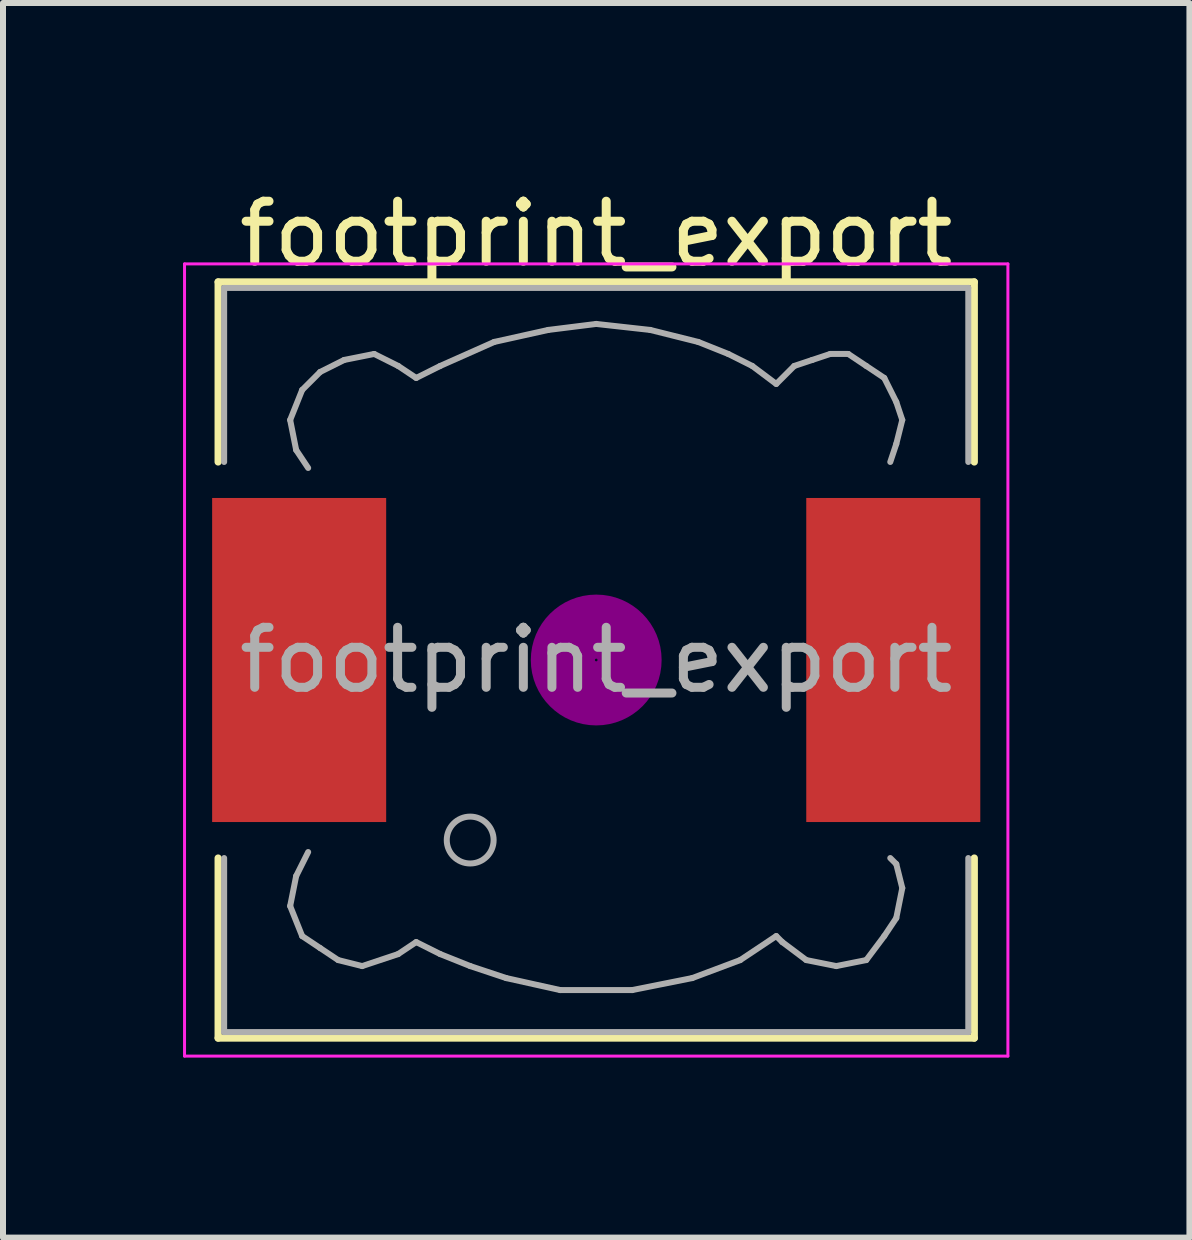
<source format=kicad_pcb>
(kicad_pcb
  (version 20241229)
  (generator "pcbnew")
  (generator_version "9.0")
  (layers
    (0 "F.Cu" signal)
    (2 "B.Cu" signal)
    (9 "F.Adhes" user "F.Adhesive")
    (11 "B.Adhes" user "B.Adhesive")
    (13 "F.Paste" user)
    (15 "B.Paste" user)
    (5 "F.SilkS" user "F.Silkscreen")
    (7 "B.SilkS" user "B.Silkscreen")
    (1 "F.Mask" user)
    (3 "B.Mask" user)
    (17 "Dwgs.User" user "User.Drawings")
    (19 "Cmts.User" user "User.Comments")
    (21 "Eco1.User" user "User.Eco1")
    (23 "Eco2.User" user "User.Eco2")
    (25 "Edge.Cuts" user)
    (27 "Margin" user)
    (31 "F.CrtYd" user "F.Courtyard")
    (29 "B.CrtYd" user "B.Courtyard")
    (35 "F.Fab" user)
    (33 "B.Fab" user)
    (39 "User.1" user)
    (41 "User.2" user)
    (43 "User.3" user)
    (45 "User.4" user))
  (footprint "footprint_export"
    (layer "F.Cu")
    (at 6.885 7.948)
    (property "Reference" "footprint_export" (at 0 -7.1 0) (layer "F.SilkS") (effects (font (size 1 1) (thickness 0.15))))
    (attr smd)
    (fp_line (start -6.3 -6.3) (end 6.3 -6.3) (stroke (width 0.12) (type solid)) (layer "F.SilkS"))
    (fp_line (start -6.3 -3.3) (end -6.3 -6.3) (stroke (width 0.12) (type solid)) (layer "F.SilkS"))
    (fp_line (start -6.3 6.3) (end -6.3 3.3) (stroke (width 0.12) (type solid)) (layer "F.SilkS"))
    (fp_line (start 6.3 -6.3) (end 6.3 -3.3) (stroke (width 0.12) (type solid)) (layer "F.SilkS"))
    (fp_line (start 6.3 3.3) (end 6.3 6.3) (stroke (width 0.12) (type solid)) (layer "F.SilkS"))
    (fp_line (start 6.3 6.3) (end -6.3 6.3) (stroke (width 0.12) (type solid)) (layer "F.SilkS"))
    (fp_circle (center 0 0) (end 0.15 0.15) (stroke (width 0.38) (type solid)) (fill no) (layer "F.Adhes"))
    (fp_circle (center 0 0) (end 0.55 0) (stroke (width 0.38) (type solid)) (fill no) (layer "F.Adhes"))
    (fp_circle (center 0 0) (end 0.9 0) (stroke (width 0.38) (type solid)) (fill no) (layer "F.Adhes"))
    (fp_line (start -6.86 -6.6) (end 6.86 -6.6) (stroke (width 0.05) (type solid)) (layer "F.CrtYd"))
    (fp_line (start -6.86 6.6) (end -6.86 -6.6) (stroke (width 0.05) (type solid)) (layer "F.CrtYd"))
    (fp_line (start 6.86 -6.6) (end 6.86 6.6) (stroke (width 0.05) (type solid)) (layer "F.CrtYd"))
    (fp_line (start 6.86 6.6) (end -6.86 6.6) (stroke (width 0.05) (type solid)) (layer "F.CrtYd"))
    (fp_line (start -6.2 -6.2) (end -6.2 -3.3) (stroke (width 0.1) (type solid)) (layer "F.Fab"))
    (fp_line (start -6.2 3.3) (end -6.2 6.2) (stroke (width 0.1) (type solid)) (layer "F.Fab"))
    (fp_line (start -6.2 6.2) (end 6.2 6.2) (stroke (width 0.1) (type solid)) (layer "F.Fab"))
    (fp_line (start -5.1 -4) (end -5 -3.5) (stroke (width 0.1) (type solid)) (layer "F.Fab"))
    (fp_line (start -5.1 4.1) (end -5 3.6) (stroke (width 0.1) (type solid)) (layer "F.Fab"))
    (fp_line (start -5 -3.5) (end -4.8 -3.2) (stroke (width 0.1) (type solid)) (layer "F.Fab"))
    (fp_line (start -5 3.6) (end -4.8 3.2) (stroke (width 0.1) (type solid)) (layer "F.Fab"))
    (fp_line (start -4.9 -4.5) (end -5.1 -4) (stroke (width 0.1) (type solid)) (layer "F.Fab"))
    (fp_line (start -4.9 4.6) (end -5.1 4.1) (stroke (width 0.1) (type solid)) (layer "F.Fab"))
    (fp_line (start -4.6 -4.8) (end -4.9 -4.5) (stroke (width 0.1) (type solid)) (layer "F.Fab"))
    (fp_line (start -4.6 4.8) (end -4.9 4.6) (stroke (width 0.1) (type solid)) (layer "F.Fab"))
    (fp_line (start -4.3 5) (end -4.6 4.8) (stroke (width 0.1) (type solid)) (layer "F.Fab"))
    (fp_line (start -4.2 -5) (end -4.6 -4.8) (stroke (width 0.1) (type solid)) (layer "F.Fab"))
    (fp_line (start -3.9 5.1) (end -4.3 5) (stroke (width 0.1) (type solid)) (layer "F.Fab"))
    (fp_line (start -3.7 -5.1) (end -4.2 -5) (stroke (width 0.1) (type solid)) (layer "F.Fab"))
    (fp_line (start -3.3 -4.9) (end -3.7 -5.1) (stroke (width 0.1) (type solid)) (layer "F.Fab"))
    (fp_line (start -3.3 4.9) (end -3.9 5.1) (stroke (width 0.1) (type solid)) (layer "F.Fab"))
    (fp_line (start -3 -4.7) (end -3.3 -4.9) (stroke (width 0.1) (type solid)) (layer "F.Fab"))
    (fp_line (start -3 4.7) (end -3.3 4.9) (stroke (width 0.1) (type solid)) (layer "F.Fab"))
    (fp_line (start -2.6 -4.9) (end -3 -4.7) (stroke (width 0.1) (type solid)) (layer "F.Fab"))
    (fp_line (start -2.6 4.9) (end -3 4.7) (stroke (width 0.1) (type solid)) (layer "F.Fab"))
    (fp_line (start -2.1 5.1) (end -2.6 4.9) (stroke (width 0.1) (type solid)) (layer "F.Fab"))
    (fp_line (start -1.7 -5.3) (end -2.6 -4.9) (stroke (width 0.1) (type solid)) (layer "F.Fab"))
    (fp_line (start -1.5 5.3) (end -2.1 5.1) (stroke (width 0.1) (type solid)) (layer "F.Fab"))
    (fp_line (start -0.8 -5.5) (end -1.7 -5.3) (stroke (width 0.1) (type solid)) (layer "F.Fab"))
    (fp_line (start -0.6 5.5) (end -1.5 5.3) (stroke (width 0.1) (type solid)) (layer "F.Fab"))
    (fp_line (start 0 -5.6) (end -0.8 -5.5) (stroke (width 0.1) (type solid)) (layer "F.Fab"))
    (fp_line (start 0.6 5.5) (end -0.6 5.5) (stroke (width 0.1) (type solid)) (layer "F.Fab"))
    (fp_line (start 0.9 -5.5) (end 0 -5.6) (stroke (width 0.1) (type solid)) (layer "F.Fab"))
    (fp_line (start 1.6 5.3) (end 0.6 5.5) (stroke (width 0.1) (type solid)) (layer "F.Fab"))
    (fp_line (start 1.7 -5.3) (end 0.9 -5.5) (stroke (width 0.1) (type solid)) (layer "F.Fab"))
    (fp_line (start 2.2 -5.1) (end 1.7 -5.3) (stroke (width 0.1) (type solid)) (layer "F.Fab"))
    (fp_line (start 2.4 5) (end 1.6 5.3) (stroke (width 0.1) (type solid)) (layer "F.Fab"))
    (fp_line (start 2.6 -4.9) (end 2.2 -5.1) (stroke (width 0.1) (type solid)) (layer "F.Fab"))
    (fp_line (start 3 -4.6) (end 2.6 -4.9) (stroke (width 0.1) (type solid)) (layer "F.Fab"))
    (fp_line (start 3 4.6) (end 2.4 5) (stroke (width 0.1) (type solid)) (layer "F.Fab"))
    (fp_line (start 3.1 4.7) (end 3 4.6) (stroke (width 0.1) (type solid)) (layer "F.Fab"))
    (fp_line (start 3.3 -4.9) (end 3 -4.6) (stroke (width 0.1) (type solid)) (layer "F.Fab"))
    (fp_line (start 3.5 5) (end 3.1 4.7) (stroke (width 0.1) (type solid)) (layer "F.Fab"))
    (fp_line (start 3.6 -5) (end 3.3 -4.9) (stroke (width 0.1) (type solid)) (layer "F.Fab"))
    (fp_line (start 3.9 -5.1) (end 3.6 -5) (stroke (width 0.1) (type solid)) (layer "F.Fab"))
    (fp_line (start 4 5.1) (end 3.5 5) (stroke (width 0.1) (type solid)) (layer "F.Fab"))
    (fp_line (start 4.2 -5.1) (end 3.9 -5.1) (stroke (width 0.1) (type solid)) (layer "F.Fab"))
    (fp_line (start 4.5 -4.9) (end 4.2 -5.1) (stroke (width 0.1) (type solid)) (layer "F.Fab"))
    (fp_line (start 4.5 5) (end 4 5.1) (stroke (width 0.1) (type solid)) (layer "F.Fab"))
    (fp_line (start 4.8 -4.7) (end 4.5 -4.9) (stroke (width 0.1) (type solid)) (layer "F.Fab"))
    (fp_line (start 4.8 4.6) (end 4.5 5) (stroke (width 0.1) (type solid)) (layer "F.Fab"))
    (fp_line (start 4.9 -3.3) (end 5 -3.6) (stroke (width 0.1) (type solid)) (layer "F.Fab"))
    (fp_line (start 4.9 3.3) (end 5 3.4) (stroke (width 0.1) (type solid)) (layer "F.Fab"))
    (fp_line (start 5 -4.3) (end 4.8 -4.7) (stroke (width 0.1) (type solid)) (layer "F.Fab"))
    (fp_line (start 5 -3.6) (end 5.1 -4) (stroke (width 0.1) (type solid)) (layer "F.Fab"))
    (fp_line (start 5 3.4) (end 5.1 3.8) (stroke (width 0.1) (type solid)) (layer "F.Fab"))
    (fp_line (start 5 4.3) (end 4.8 4.6) (stroke (width 0.1) (type solid)) (layer "F.Fab"))
    (fp_line (start 5.1 -4) (end 5 -4.3) (stroke (width 0.1) (type solid)) (layer "F.Fab"))
    (fp_line (start 5.1 3.8) (end 5 4.3) (stroke (width 0.1) (type solid)) (layer "F.Fab"))
    (fp_line (start 6.2 -6.2) (end -6.2 -6.2) (stroke (width 0.1) (type solid)) (layer "F.Fab"))
    (fp_line (start 6.2 -6.2) (end 6.2 -3.3) (stroke (width 0.1) (type solid)) (layer "F.Fab"))
    (fp_line (start 6.2 6.2) (end 6.2 3.3) (stroke (width 0.1) (type solid)) (layer "F.Fab"))
    (fp_circle (center -2.1 3) (end -1.8 3.25) (stroke (width 0.1) (type solid)) (fill no) (layer "F.Fab"))
    (fp_text user "${REFERENCE}" (at 0 0 0) (layer "F.Fab") (effects (font (size 1 1) (thickness 0.15))))
    (pad "1" smd rect (at -4.95 0) (size 2.9 5.4) (layers "F.Cu" "F.Mask" "F.Paste"))
    (pad "2" smd rect (at 4.95 0) (size 2.9 5.4) (layers "F.Cu" "F.Mask" "F.Paste")))
  (gr_rect
    (start -3 -3)
    (end 16.77 17.573)
    (stroke (width 0.1) (type default))
    (fill no)
    (layer "Edge.Cuts")))
</source>
